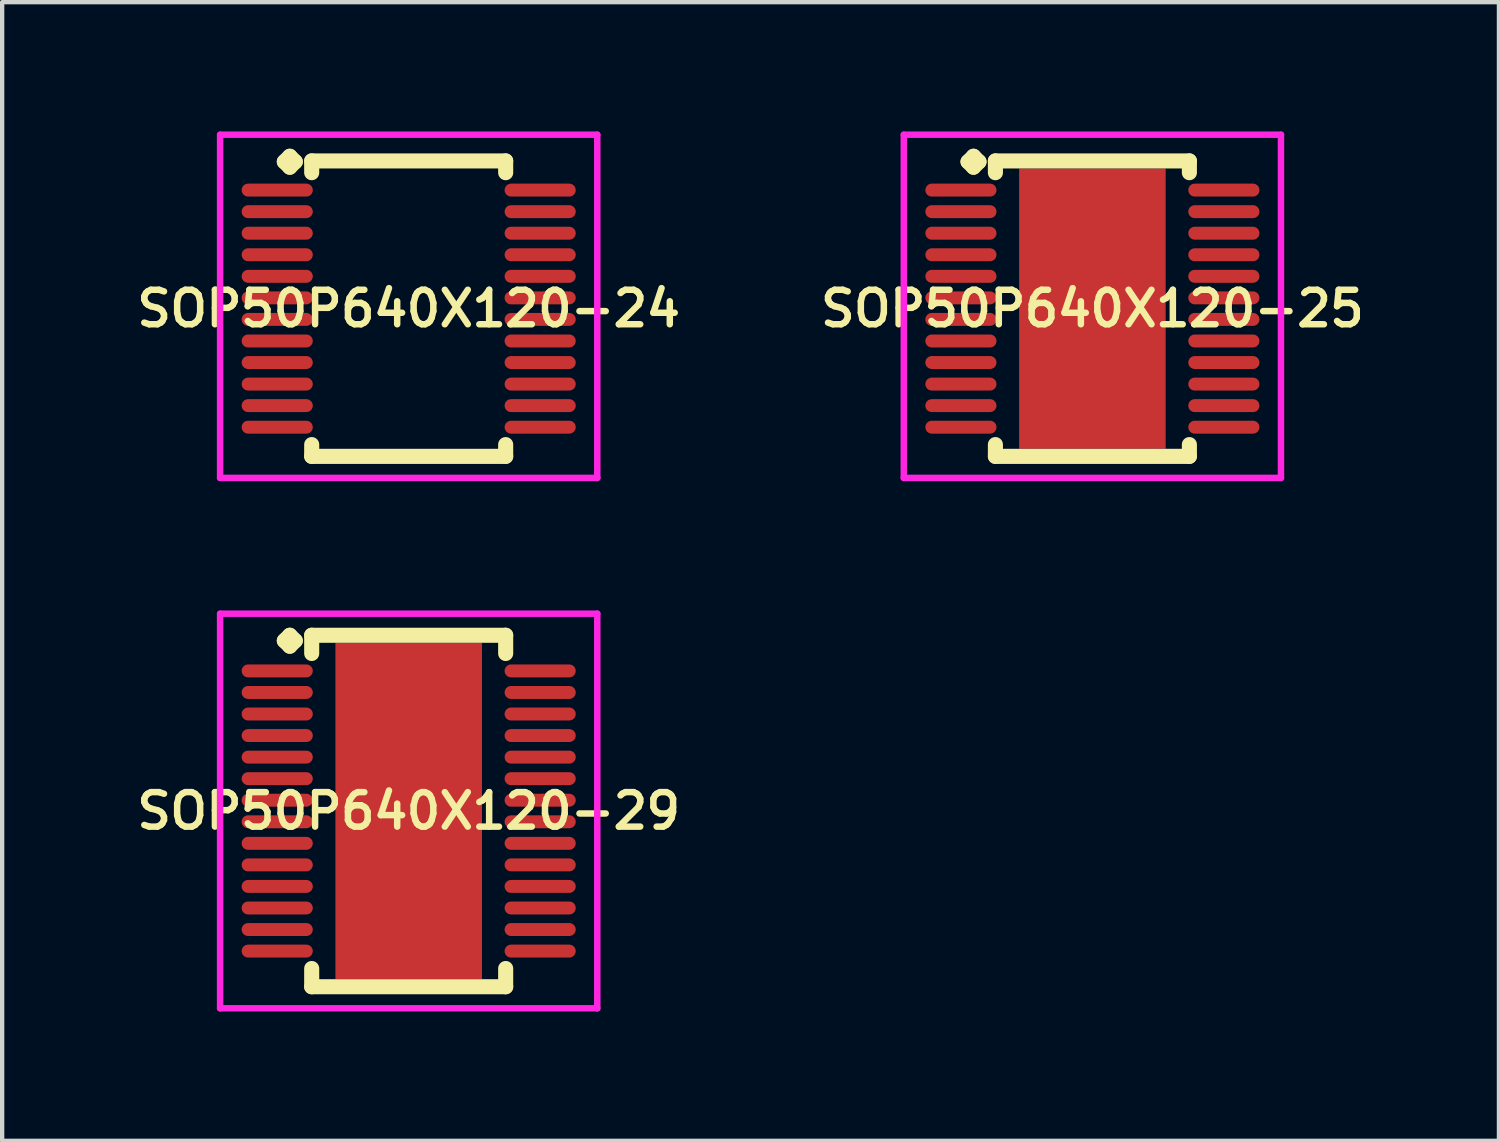
<source format=kicad_pcb>
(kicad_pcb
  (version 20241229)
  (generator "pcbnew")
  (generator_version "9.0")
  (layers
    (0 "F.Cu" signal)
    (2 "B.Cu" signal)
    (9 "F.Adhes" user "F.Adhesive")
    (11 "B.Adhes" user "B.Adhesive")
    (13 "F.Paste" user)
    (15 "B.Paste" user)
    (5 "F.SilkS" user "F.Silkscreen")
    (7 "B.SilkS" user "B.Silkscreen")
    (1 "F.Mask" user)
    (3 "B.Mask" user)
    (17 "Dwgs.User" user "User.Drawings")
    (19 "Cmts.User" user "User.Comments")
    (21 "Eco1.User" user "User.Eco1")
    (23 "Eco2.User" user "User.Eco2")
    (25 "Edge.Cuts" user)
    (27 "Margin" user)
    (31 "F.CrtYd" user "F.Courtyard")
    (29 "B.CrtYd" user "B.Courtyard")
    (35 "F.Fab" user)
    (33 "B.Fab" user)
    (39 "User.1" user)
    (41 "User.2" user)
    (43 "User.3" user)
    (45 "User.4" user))
  (footprint "SOP50P640X120-29"
    (layer "F.Cu")
    (at 6.431 15.764)
    (property "Reference" "SOP50P640X120-29" (at 0 0 0) (layer "F.SilkS") (effects (font (size 0.8 0.8) (thickness 0.15))))
    (attr smd)
    (fp_line (start -2.885 -3.95) (end -2.758 -4.077) (stroke (width 0.35) (type solid)) (layer "F.SilkS"))
    (fp_line (start -2.758 -4.077) (end -2.631 -3.95) (stroke (width 0.35) (type solid)) (layer "F.SilkS"))
    (fp_line (start -2.758 -3.823) (end -2.885 -3.95) (stroke (width 0.35) (type solid)) (layer "F.SilkS"))
    (fp_line (start -2.631 -3.95) (end -2.758 -3.823) (stroke (width 0.35) (type solid)) (layer "F.SilkS"))
    (fp_line (start -2.25 -4.077) (end 2.25 -4.077) (stroke (width 0.35) (type solid)) (layer "F.SilkS"))
    (fp_line (start -2.25 -3.654) (end -2.25 -4.077) (stroke (width 0.35) (type solid)) (layer "F.SilkS"))
    (fp_line (start -2.25 3.654) (end -2.25 4.077) (stroke (width 0.35) (type solid)) (layer "F.SilkS"))
    (fp_line (start -2.25 4.077) (end 2.25 4.077) (stroke (width 0.35) (type solid)) (layer "F.SilkS"))
    (fp_line (start 2.25 -4.077) (end 2.25 -3.654) (stroke (width 0.35) (type solid)) (layer "F.SilkS"))
    (fp_line (start 2.25 4.077) (end 2.25 3.654) (stroke (width 0.35) (type solid)) (layer "F.SilkS"))
    (fp_line (start -4.375 -4.577) (end 4.375 -4.577) (stroke (width 0.15) (type solid)) (layer "F.CrtYd"))
    (fp_line (start -4.375 4.577) (end -4.375 -4.577) (stroke (width 0.15) (type solid)) (layer "F.CrtYd"))
    (fp_line (start 4.375 -4.577) (end 4.375 4.577) (stroke (width 0.15) (type solid)) (layer "F.CrtYd"))
    (fp_line (start 4.375 4.577) (end -4.375 4.577) (stroke (width 0.15) (type solid)) (layer "F.CrtYd"))
    (pad "1" smd oval (at -3.05 -3.25) (size 1.65 0.3) (layers "F.Cu" "F.Mask" "F.Paste"))
    (pad "2" smd oval (at -3.05 -2.75) (size 1.65 0.3) (layers "F.Cu" "F.Mask" "F.Paste"))
    (pad "3" smd oval (at -3.05 -2.25) (size 1.65 0.3) (layers "F.Cu" "F.Mask" "F.Paste"))
    (pad "4" smd oval (at -3.05 -1.75) (size 1.65 0.3) (layers "F.Cu" "F.Mask" "F.Paste"))
    (pad "5" smd oval (at -3.05 -1.25) (size 1.65 0.3) (layers "F.Cu" "F.Mask" "F.Paste"))
    (pad "6" smd oval (at -3.05 -0.75) (size 1.65 0.3) (layers "F.Cu" "F.Mask" "F.Paste"))
    (pad "7" smd oval (at -3.05 -0.25) (size 1.65 0.3) (layers "F.Cu" "F.Mask" "F.Paste"))
    (pad "8" smd oval (at -3.05 0.25) (size 1.65 0.3) (layers "F.Cu" "F.Mask" "F.Paste"))
    (pad "9" smd oval (at -3.05 0.75) (size 1.65 0.3) (layers "F.Cu" "F.Mask" "F.Paste"))
    (pad "10" smd oval (at -3.05 1.25) (size 1.65 0.3) (layers "F.Cu" "F.Mask" "F.Paste"))
    (pad "11" smd oval (at -3.05 1.75) (size 1.65 0.3) (layers "F.Cu" "F.Mask" "F.Paste"))
    (pad "12" smd oval (at -3.05 2.25) (size 1.65 0.3) (layers "F.Cu" "F.Mask" "F.Paste"))
    (pad "13" smd oval (at -3.05 2.75) (size 1.65 0.3) (layers "F.Cu" "F.Mask" "F.Paste"))
    (pad "14" smd oval (at -3.05 3.25) (size 1.65 0.3) (layers "F.Cu" "F.Mask" "F.Paste"))
    (pad "15" smd oval (at 3.05 3.25) (size 1.65 0.3) (layers "F.Cu" "F.Mask" "F.Paste"))
    (pad "16" smd oval (at 3.05 2.75) (size 1.65 0.3) (layers "F.Cu" "F.Mask" "F.Paste"))
    (pad "17" smd oval (at 3.05 2.25) (size 1.65 0.3) (layers "F.Cu" "F.Mask" "F.Paste"))
    (pad "18" smd oval (at 3.05 1.75) (size 1.65 0.3) (layers "F.Cu" "F.Mask" "F.Paste"))
    (pad "19" smd oval (at 3.05 1.25) (size 1.65 0.3) (layers "F.Cu" "F.Mask" "F.Paste"))
    (pad "20" smd oval (at 3.05 0.75) (size 1.65 0.3) (layers "F.Cu" "F.Mask" "F.Paste"))
    (pad "21" smd oval (at 3.05 0.25) (size 1.65 0.3) (layers "F.Cu" "F.Mask" "F.Paste"))
    (pad "22" smd oval (at 3.05 -0.25) (size 1.65 0.3) (layers "F.Cu" "F.Mask" "F.Paste"))
    (pad "23" smd oval (at 3.05 -0.75) (size 1.65 0.3) (layers "F.Cu" "F.Mask" "F.Paste"))
    (pad "24" smd oval (at 3.05 -1.25) (size 1.65 0.3) (layers "F.Cu" "F.Mask" "F.Paste"))
    (pad "25" smd oval (at 3.05 -1.75) (size 1.65 0.3) (layers "F.Cu" "F.Mask" "F.Paste"))
    (pad "26" smd oval (at 3.05 -2.25) (size 1.65 0.3) (layers "F.Cu" "F.Mask" "F.Paste"))
    (pad "27" smd oval (at 3.05 -2.75) (size 1.65 0.3) (layers "F.Cu" "F.Mask" "F.Paste"))
    (pad "28" smd oval (at 3.05 -3.25) (size 1.65 0.3) (layers "F.Cu" "F.Mask" "F.Paste"))
    (pad "29" smd rect (at 0 0) (size 3.4 7.8) (layers "F.Cu" "F.Mask" "F.Paste")))
  (footprint "SOP50P640X120-25"
    (layer "F.Cu")
    (at 22.292 4.11)
    (property "Reference" "SOP50P640X120-25" (at 0 0 0) (layer "F.SilkS") (effects (font (size 0.8 0.8) (thickness 0.15))))
    (attr smd)
    (fp_line (start -2.885 -3.408) (end -2.758 -3.535) (stroke (width 0.35) (type solid)) (layer "F.SilkS"))
    (fp_line (start -2.758 -3.535) (end -2.631 -3.408) (stroke (width 0.35) (type solid)) (layer "F.SilkS"))
    (fp_line (start -2.758 -3.281) (end -2.885 -3.408) (stroke (width 0.35) (type solid)) (layer "F.SilkS"))
    (fp_line (start -2.631 -3.408) (end -2.758 -3.281) (stroke (width 0.35) (type solid)) (layer "F.SilkS"))
    (fp_line (start -2.25 -3.427) (end 2.25 -3.427) (stroke (width 0.35) (type solid)) (layer "F.SilkS"))
    (fp_line (start -2.25 -3.154) (end -2.25 -3.427) (stroke (width 0.35) (type solid)) (layer "F.SilkS"))
    (fp_line (start -2.25 3.154) (end -2.25 3.427) (stroke (width 0.35) (type solid)) (layer "F.SilkS"))
    (fp_line (start -2.25 3.427) (end 2.25 3.427) (stroke (width 0.35) (type solid)) (layer "F.SilkS"))
    (fp_line (start 2.25 -3.427) (end 2.25 -3.154) (stroke (width 0.35) (type solid)) (layer "F.SilkS"))
    (fp_line (start 2.25 3.427) (end 2.25 3.154) (stroke (width 0.35) (type solid)) (layer "F.SilkS"))
    (fp_line (start -4.375 -4.035) (end 4.375 -4.035) (stroke (width 0.15) (type solid)) (layer "F.CrtYd"))
    (fp_line (start -4.375 3.927) (end -4.375 -4.035) (stroke (width 0.15) (type solid)) (layer "F.CrtYd"))
    (fp_line (start 4.375 -4.035) (end 4.375 3.927) (stroke (width 0.15) (type solid)) (layer "F.CrtYd"))
    (fp_line (start 4.375 3.927) (end -4.375 3.927) (stroke (width 0.15) (type solid)) (layer "F.CrtYd"))
    (pad "1" smd oval (at -3.05 -2.75) (size 1.65 0.3) (layers "F.Cu" "F.Mask" "F.Paste"))
    (pad "2" smd oval (at -3.05 -2.25) (size 1.65 0.3) (layers "F.Cu" "F.Mask" "F.Paste"))
    (pad "3" smd oval (at -3.05 -1.75) (size 1.65 0.3) (layers "F.Cu" "F.Mask" "F.Paste"))
    (pad "4" smd oval (at -3.05 -1.25) (size 1.65 0.3) (layers "F.Cu" "F.Mask" "F.Paste"))
    (pad "5" smd oval (at -3.05 -0.75) (size 1.65 0.3) (layers "F.Cu" "F.Mask" "F.Paste"))
    (pad "6" smd oval (at -3.05 -0.25) (size 1.65 0.3) (layers "F.Cu" "F.Mask" "F.Paste"))
    (pad "7" smd oval (at -3.05 0.25) (size 1.65 0.3) (layers "F.Cu" "F.Mask" "F.Paste"))
    (pad "8" smd oval (at -3.05 0.75) (size 1.65 0.3) (layers "F.Cu" "F.Mask" "F.Paste"))
    (pad "9" smd oval (at -3.05 1.25) (size 1.65 0.3) (layers "F.Cu" "F.Mask" "F.Paste"))
    (pad "10" smd oval (at -3.05 1.75) (size 1.65 0.3) (layers "F.Cu" "F.Mask" "F.Paste"))
    (pad "11" smd oval (at -3.05 2.25) (size 1.65 0.3) (layers "F.Cu" "F.Mask" "F.Paste"))
    (pad "12" smd oval (at -3.05 2.75) (size 1.65 0.3) (layers "F.Cu" "F.Mask" "F.Paste"))
    (pad "13" smd oval (at 3.05 2.75) (size 1.65 0.3) (layers "F.Cu" "F.Mask" "F.Paste"))
    (pad "14" smd oval (at 3.05 2.25) (size 1.65 0.3) (layers "F.Cu" "F.Mask" "F.Paste"))
    (pad "15" smd oval (at 3.05 1.75) (size 1.65 0.3) (layers "F.Cu" "F.Mask" "F.Paste"))
    (pad "16" smd oval (at 3.05 1.25) (size 1.65 0.3) (layers "F.Cu" "F.Mask" "F.Paste"))
    (pad "17" smd oval (at 3.05 0.75) (size 1.65 0.3) (layers "F.Cu" "F.Mask" "F.Paste"))
    (pad "18" smd oval (at 3.05 0.25) (size 1.65 0.3) (layers "F.Cu" "F.Mask" "F.Paste"))
    (pad "19" smd oval (at 3.05 -0.25) (size 1.65 0.3) (layers "F.Cu" "F.Mask" "F.Paste"))
    (pad "20" smd oval (at 3.05 -0.75) (size 1.65 0.3) (layers "F.Cu" "F.Mask" "F.Paste"))
    (pad "21" smd oval (at 3.05 -1.25) (size 1.65 0.3) (layers "F.Cu" "F.Mask" "F.Paste"))
    (pad "22" smd oval (at 3.05 -1.75) (size 1.65 0.3) (layers "F.Cu" "F.Mask" "F.Paste"))
    (pad "23" smd oval (at 3.05 -2.25) (size 1.65 0.3) (layers "F.Cu" "F.Mask" "F.Paste"))
    (pad "24" smd oval (at 3.05 -2.75) (size 1.65 0.3) (layers "F.Cu" "F.Mask" "F.Paste"))
    (pad "25" smd rect (at 0 0) (size 3.4 6.5) (layers "F.Cu" "F.Mask" "F.Paste")))
  (footprint "SOP50P640X120-24"
    (layer "F.Cu")
    (at 6.431 4.11)
    (property "Reference" "SOP50P640X120-24" (at 0 0 0) (layer "F.SilkS") (effects (font (size 0.8 0.8) (thickness 0.15))))
    (attr through_hole)
    (fp_line (start -2.885 -3.408) (end -2.758 -3.535) (stroke (width 0.35) (type solid)) (layer "F.SilkS"))
    (fp_line (start -2.758 -3.535) (end -2.631 -3.408) (stroke (width 0.35) (type solid)) (layer "F.SilkS"))
    (fp_line (start -2.758 -3.281) (end -2.885 -3.408) (stroke (width 0.35) (type solid)) (layer "F.SilkS"))
    (fp_line (start -2.631 -3.408) (end -2.758 -3.281) (stroke (width 0.35) (type solid)) (layer "F.SilkS"))
    (fp_line (start -2.25 -3.427) (end 2.25 -3.427) (stroke (width 0.35) (type solid)) (layer "F.SilkS"))
    (fp_line (start -2.25 -3.154) (end -2.25 -3.427) (stroke (width 0.35) (type solid)) (layer "F.SilkS"))
    (fp_line (start -2.25 3.154) (end -2.25 3.427) (stroke (width 0.35) (type solid)) (layer "F.SilkS"))
    (fp_line (start -2.25 3.427) (end 2.25 3.427) (stroke (width 0.35) (type solid)) (layer "F.SilkS"))
    (fp_line (start 2.25 -3.427) (end 2.25 -3.154) (stroke (width 0.35) (type solid)) (layer "F.SilkS"))
    (fp_line (start 2.25 3.427) (end 2.25 3.154) (stroke (width 0.35) (type solid)) (layer "F.SilkS"))
    (fp_line (start -4.375 -4.035) (end 4.375 -4.035) (stroke (width 0.15) (type solid)) (layer "F.CrtYd"))
    (fp_line (start -4.375 3.927) (end -4.375 -4.035) (stroke (width 0.15) (type solid)) (layer "F.CrtYd"))
    (fp_line (start 4.375 -4.035) (end 4.375 3.927) (stroke (width 0.15) (type solid)) (layer "F.CrtYd"))
    (fp_line (start 4.375 3.927) (end -4.375 3.927) (stroke (width 0.15) (type solid)) (layer "F.CrtYd"))
    (pad "1" smd oval (at -3.05 -2.75) (size 1.65 0.3) (layers "F.Cu" "F.Mask" "F.Paste"))
    (pad "2" smd oval (at -3.05 -2.25) (size 1.65 0.3) (layers "F.Cu" "F.Mask" "F.Paste"))
    (pad "3" smd oval (at -3.05 -1.75) (size 1.65 0.3) (layers "F.Cu" "F.Mask" "F.Paste"))
    (pad "4" smd oval (at -3.05 -1.25) (size 1.65 0.3) (layers "F.Cu" "F.Mask" "F.Paste"))
    (pad "5" smd oval (at -3.05 -0.75) (size 1.65 0.3) (layers "F.Cu" "F.Mask" "F.Paste"))
    (pad "6" smd oval (at -3.05 -0.25) (size 1.65 0.3) (layers "F.Cu" "F.Mask" "F.Paste"))
    (pad "7" smd oval (at -3.05 0.25) (size 1.65 0.3) (layers "F.Cu" "F.Mask" "F.Paste"))
    (pad "8" smd oval (at -3.05 0.75) (size 1.65 0.3) (layers "F.Cu" "F.Mask" "F.Paste"))
    (pad "9" smd oval (at -3.05 1.25) (size 1.65 0.3) (layers "F.Cu" "F.Mask" "F.Paste"))
    (pad "10" smd oval (at -3.05 1.75) (size 1.65 0.3) (layers "F.Cu" "F.Mask" "F.Paste"))
    (pad "11" smd oval (at -3.05 2.25) (size 1.65 0.3) (layers "F.Cu" "F.Mask" "F.Paste"))
    (pad "12" smd oval (at -3.05 2.75) (size 1.65 0.3) (layers "F.Cu" "F.Mask" "F.Paste"))
    (pad "13" smd oval (at 3.05 2.75) (size 1.65 0.3) (layers "F.Cu" "F.Mask" "F.Paste"))
    (pad "14" smd oval (at 3.05 2.25) (size 1.65 0.3) (layers "F.Cu" "F.Mask" "F.Paste"))
    (pad "15" smd oval (at 3.05 1.75) (size 1.65 0.3) (layers "F.Cu" "F.Mask" "F.Paste"))
    (pad "16" smd oval (at 3.05 1.25) (size 1.65 0.3) (layers "F.Cu" "F.Mask" "F.Paste"))
    (pad "17" smd oval (at 3.05 0.75) (size 1.65 0.3) (layers "F.Cu" "F.Mask" "F.Paste"))
    (pad "18" smd oval (at 3.05 0.25) (size 1.65 0.3) (layers "F.Cu" "F.Mask" "F.Paste"))
    (pad "19" smd oval (at 3.05 -0.25) (size 1.65 0.3) (layers "F.Cu" "F.Mask" "F.Paste"))
    (pad "20" smd oval (at 3.05 -0.75) (size 1.65 0.3) (layers "F.Cu" "F.Mask" "F.Paste"))
    (pad "21" smd oval (at 3.05 -1.25) (size 1.65 0.3) (layers "F.Cu" "F.Mask" "F.Paste"))
    (pad "22" smd oval (at 3.05 -1.75) (size 1.65 0.3) (layers "F.Cu" "F.Mask" "F.Paste"))
    (pad "23" smd oval (at 3.05 -2.25) (size 1.65 0.3) (layers "F.Cu" "F.Mask" "F.Paste"))
    (pad "24" smd oval (at 3.05 -2.75) (size 1.65 0.3) (layers "F.Cu" "F.Mask" "F.Paste")))
  (gr_rect
    (start -3 -3)
    (end 31.723 23.416)
    (stroke (width 0.1) (type default))
    (fill no)
    (layer "Edge.Cuts")))
</source>
